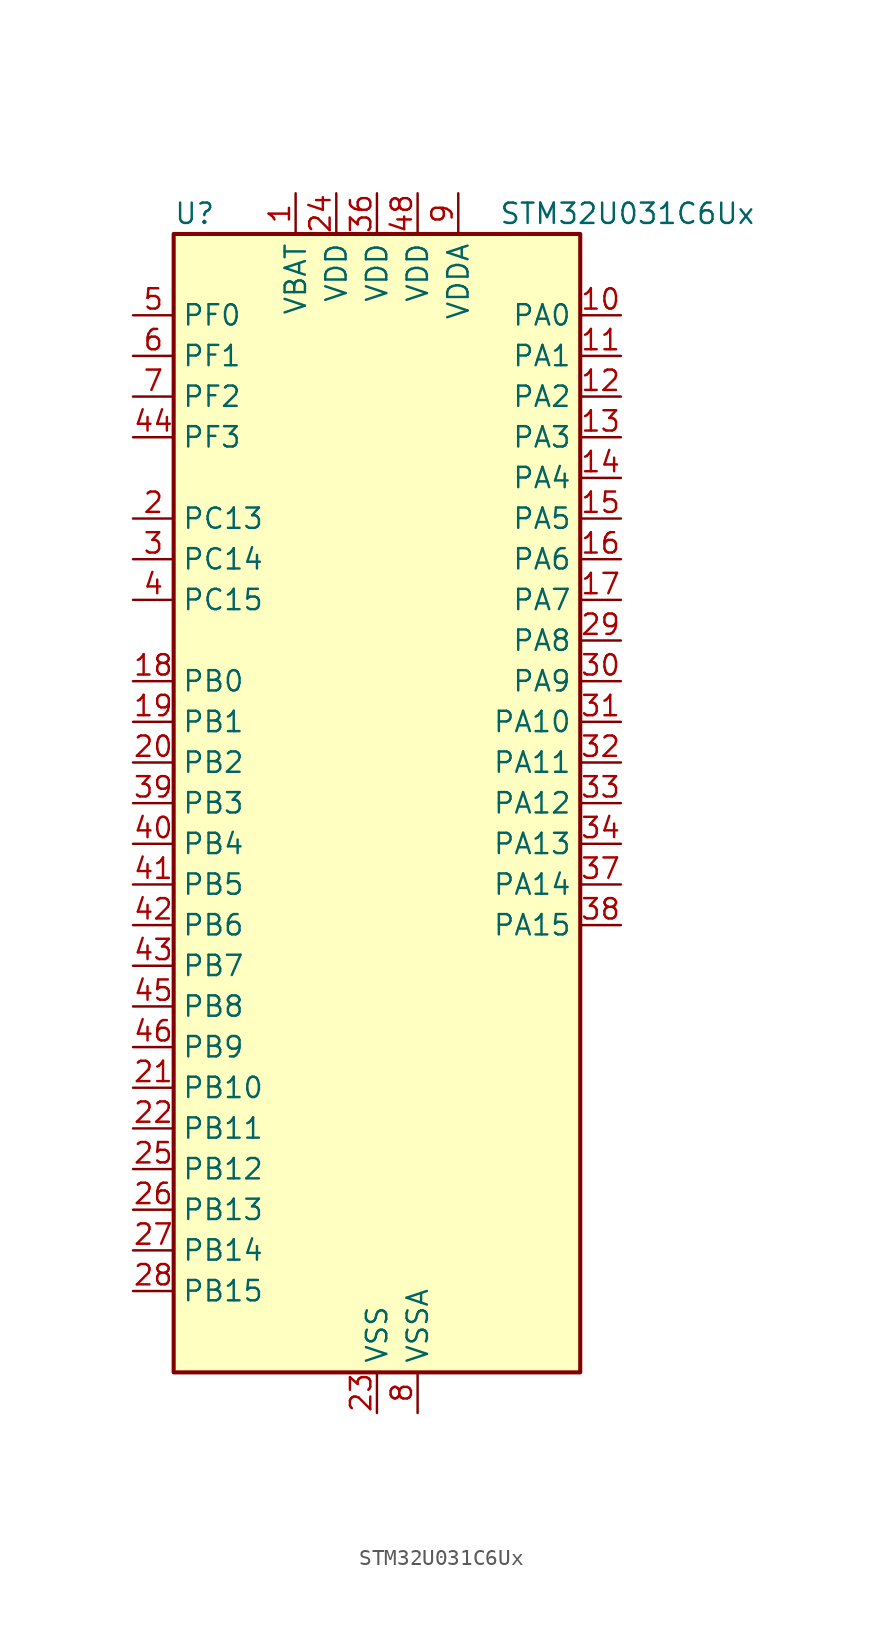
<source format=kicad_sym>
(kicad_symbol_lib
  (version 20241209)
  (generator "kicad_symbol_editor")
  (generator_version "9.0")
  (symbol "STM32U031C6Ux"
    (property "Reference" "U"
      (at -12.7 36.83 0)
      (effects (font (size 1.27 1.27)) (justify left)))
    (property "Value" "STM32U031C6Ux"
      (at 7.62 36.83 0)
      (effects (font (size 1.27 1.27)) (justify left)))
    (symbol "STM32U031C6Ux_0_1"
      (rectangle (start -12.7 -35.56) (end 12.7 35.56) (stroke (width 0.254) (type default)) (fill (type background))))
    (symbol "STM32U031C6Ux_1_1"
      (pin bidirectional line (at -15.24 30.48 0) (length 2.54) (name "PF0" (effects (font (size 1.27 1.27)))) (number "5" (effects (font (size 1.27 1.27)))) (alternate "RCC_OSC_IN" bidirectional line))
      (pin bidirectional line (at -15.24 27.94 0) (length 2.54) (name "PF1" (effects (font (size 1.27 1.27)))) (number "6" (effects (font (size 1.27 1.27)))) (alternate "RCC_OSC_EN" bidirectional line) (alternate "RCC_OSC_OUT" bidirectional line))
      (pin bidirectional line (at -15.24 25.4 0) (length 2.54) (name "PF2" (effects (font (size 1.27 1.27)))) (number "7" (effects (font (size 1.27 1.27)))) (alternate "RCC_MCO" bidirectional line))
      (pin bidirectional line (at -15.24 22.86 0) (length 2.54) (name "PF3" (effects (font (size 1.27 1.27)))) (number "44" (effects (font (size 1.27 1.27)))))
      (pin bidirectional line (at -15.24 17.78 0) (length 2.54) (name "PC13" (effects (font (size 1.27 1.27)))) (number "2" (effects (font (size 1.27 1.27)))) (alternate "LPTIM1_CH3" bidirectional line) (alternate "PWR_WKUP2" bidirectional line) (alternate "RTC_OUT1" bidirectional line) (alternate "RTC_TS" bidirectional line) (alternate "TAMP_IN1" bidirectional line))
      (pin bidirectional line (at -15.24 15.24 0) (length 2.54) (name "PC14" (effects (font (size 1.27 1.27)))) (number "3" (effects (font (size 1.27 1.27)))) (alternate "RCC_OSC32_IN" bidirectional line))
      (pin bidirectional line (at -15.24 12.7 0) (length 2.54) (name "PC15" (effects (font (size 1.27 1.27)))) (number "4" (effects (font (size 1.27 1.27)))) (alternate "RCC_OSC32_EN" bidirectional line) (alternate "RCC_OSC32_OUT" bidirectional line) (alternate "RCC_OSC_EN" bidirectional line))
      (pin bidirectional line (at -15.24 7.62 0) (length 2.54) (name "PB0" (effects (font (size 1.27 1.27)))) (number "18" (effects (font (size 1.27 1.27)))) (alternate "ADC1_IN17" bidirectional line) (alternate "COMP1_OUT" bidirectional line) (alternate "LPUART2_CTS" bidirectional line) (alternate "SPI1_NSS" bidirectional line) (alternate "TIM1_CH2N" bidirectional line) (alternate "TIM3_CH3" bidirectional line) (alternate "TSC_G5_IO2" bidirectional line) (alternate "USART3_CK" bidirectional line))
      (pin bidirectional line (at -15.24 5.08 0) (length 2.54) (name "PB1" (effects (font (size 1.27 1.27)))) (number "19" (effects (font (size 1.27 1.27)))) (alternate "ADC1_IN18" bidirectional line) (alternate "COMP1_INM" bidirectional line) (alternate "LPTIM2_IN1" bidirectional line) (alternate "LPUART1_DE" bidirectional line) (alternate "LPUART1_RTS" bidirectional line) (alternate "LPUART2_DE" bidirectional line) (alternate "LPUART2_RTS" bidirectional line) (alternate "TIM1_CH3N" bidirectional line) (alternate "TIM3_CH4" bidirectional line) (alternate "TSC_SYNC" bidirectional line) (alternate "USART3_DE" bidirectional line) (alternate "USART3_RTS" bidirectional line))
      (pin bidirectional line (at -15.24 2.54 0) (length 2.54) (name "PB2" (effects (font (size 1.27 1.27)))) (number "20" (effects (font (size 1.27 1.27)))) (alternate "COMP1_INP" bidirectional line) (alternate "LPTIM1_CH1" bidirectional line) (alternate "RTC_OUT2" bidirectional line))
      (pin bidirectional line (at -15.24 0 0) (length 2.54) (name "PB3" (effects (font (size 1.27 1.27)))) (number "39" (effects (font (size 1.27 1.27)))) (alternate "DEBUG_JTDO-SWO" bidirectional line) (alternate "I2C2_SCL" bidirectional line) (alternate "I2C3_SCL" bidirectional line) (alternate "LPTIM1_CH3" bidirectional line) (alternate "SPI1_SCK" bidirectional line) (alternate "TIM2_CH2" bidirectional line) (alternate "USART1_DE" bidirectional line) (alternate "USART1_RTS" bidirectional line))
      (pin bidirectional line (at -15.24 -2.54 0) (length 2.54) (name "PB4" (effects (font (size 1.27 1.27)))) (number "40" (effects (font (size 1.27 1.27)))) (alternate "I2C2_SDA" bidirectional line) (alternate "I2C3_SDA" bidirectional line) (alternate "LPTIM1_CH4" bidirectional line) (alternate "SPI1_MISO" bidirectional line) (alternate "TIM3_CH1" bidirectional line) (alternate "TSC_G2_IO1" bidirectional line) (alternate "USART1_CTS" bidirectional line))
      (pin bidirectional line (at -15.24 -5.08 0) (length 2.54) (name "PB5" (effects (font (size 1.27 1.27)))) (number "41" (effects (font (size 1.27 1.27)))) (alternate "LPTIM1_IN1" bidirectional line) (alternate "SPI1_MOSI" bidirectional line) (alternate "TIM16_BKIN" bidirectional line) (alternate "TIM3_CH2" bidirectional line) (alternate "TSC_G2_IO2" bidirectional line) (alternate "USART1_CK" bidirectional line))
      (pin bidirectional line (at -15.24 -7.62 0) (length 2.54) (name "PB6" (effects (font (size 1.27 1.27)))) (number "42" (effects (font (size 1.27 1.27)))) (alternate "I2C1_SCL" bidirectional line) (alternate "I2C2_SCL" bidirectional line) (alternate "LPTIM1_ETR" bidirectional line) (alternate "LPUART2_TX" bidirectional line) (alternate "TIM16_CH1N" bidirectional line) (alternate "TSC_G2_IO3" bidirectional line) (alternate "USART1_TX" bidirectional line))
      (pin bidirectional line (at -15.24 -10.16 0) (length 2.54) (name "PB7" (effects (font (size 1.27 1.27)))) (number "43" (effects (font (size 1.27 1.27)))) (alternate "I2C1_SDA" bidirectional line) (alternate "I2C2_SDA" bidirectional line) (alternate "LPTIM1_IN2" bidirectional line) (alternate "LPUART2_RX" bidirectional line) (alternate "TSC_G2_IO4" bidirectional line) (alternate "USART1_RX" bidirectional line) (alternate "USART4_CTS" bidirectional line))
      (pin bidirectional line (at -15.24 -12.7 0) (length 2.54) (name "PB8" (effects (font (size 1.27 1.27)))) (number "45" (effects (font (size 1.27 1.27)))) (alternate "I2C1_SCL" bidirectional line) (alternate "I2C2_SCL" bidirectional line) (alternate "LPTIM1_IN2" bidirectional line) (alternate "TIM16_CH1" bidirectional line) (alternate "USART3_TX" bidirectional line))
      (pin bidirectional line (at -15.24 -15.24 0) (length 2.54) (name "PB9" (effects (font (size 1.27 1.27)))) (number "46" (effects (font (size 1.27 1.27)))) (alternate "DAC1_EXTI9" bidirectional line) (alternate "I2C1_SDA" bidirectional line) (alternate "I2C2_SDA" bidirectional line) (alternate "IR_OUT" bidirectional line) (alternate "LPTIM1_CH4" bidirectional line) (alternate "SPI2_NSS" bidirectional line) (alternate "USART3_RX" bidirectional line))
      (pin bidirectional line (at -15.24 -17.78 0) (length 2.54) (name "PB10" (effects (font (size 1.27 1.27)))) (number "21" (effects (font (size 1.27 1.27)))) (alternate "COMP1_OUT" bidirectional line) (alternate "I2C2_SCL" bidirectional line) (alternate "LPUART1_RX" bidirectional line) (alternate "LPUART2_RX" bidirectional line) (alternate "SPI2_SCK" bidirectional line) (alternate "TIM2_CH3" bidirectional line) (alternate "TSC_G5_IO3" bidirectional line) (alternate "USART3_TX" bidirectional line))
      (pin bidirectional line (at -15.24 -20.32 0) (length 2.54) (name "PB11" (effects (font (size 1.27 1.27)))) (number "22" (effects (font (size 1.27 1.27)))) (alternate "ADC1_EXTI11" bidirectional line) (alternate "I2C2_SDA" bidirectional line) (alternate "LPUART1_TX" bidirectional line) (alternate "LPUART2_TX" bidirectional line) (alternate "TIM2_CH4" bidirectional line) (alternate "TSC_G5_IO4" bidirectional line) (alternate "USART3_RX" bidirectional line))
      (pin bidirectional line (at -15.24 -22.86 0) (length 2.54) (name "PB12" (effects (font (size 1.27 1.27)))) (number "25" (effects (font (size 1.27 1.27)))) (alternate "LPUART1_DE" bidirectional line) (alternate "LPUART1_RTS" bidirectional line) (alternate "SPI2_NSS" bidirectional line) (alternate "TIM15_BKIN" bidirectional line) (alternate "TIM1_BKIN" bidirectional line) (alternate "TSC_G1_IO1" bidirectional line) (alternate "USART3_CK" bidirectional line))
      (pin bidirectional line (at -15.24 -25.4 0) (length 2.54) (name "PB13" (effects (font (size 1.27 1.27)))) (number "26" (effects (font (size 1.27 1.27)))) (alternate "I2C2_SCL" bidirectional line) (alternate "LPUART1_CTS" bidirectional line) (alternate "SPI2_SCK" bidirectional line) (alternate "TIM15_CH1N" bidirectional line) (alternate "TIM1_CH1N" bidirectional line) (alternate "TSC_G1_IO2" bidirectional line) (alternate "USART3_CTS" bidirectional line))
      (pin bidirectional line (at -15.24 -27.94 0) (length 2.54) (name "PB14" (effects (font (size 1.27 1.27)))) (number "27" (effects (font (size 1.27 1.27)))) (alternate "I2C2_SDA" bidirectional line) (alternate "SPI2_MISO" bidirectional line) (alternate "TIM15_CH1" bidirectional line) (alternate "TIM1_CH2N" bidirectional line) (alternate "TSC_G1_IO3" bidirectional line) (alternate "USART3_DE" bidirectional line) (alternate "USART3_RTS" bidirectional line))
      (pin bidirectional line (at -15.24 -30.48 0) (length 2.54) (name "PB15" (effects (font (size 1.27 1.27)))) (number "28" (effects (font (size 1.27 1.27)))) (alternate "PWR_WKUP7" bidirectional line) (alternate "RTC_REFIN" bidirectional line) (alternate "SPI2_MOSI" bidirectional line) (alternate "TAMP_IN3" bidirectional line) (alternate "TIM15_CH2" bidirectional line) (alternate "TIM1_CH3N" bidirectional line) (alternate "TSC_G1_IO4" bidirectional line))
      (pin power_in line (at -5.08 38.1 270) (length 2.54) (name "VBAT" (effects (font (size 1.27 1.27)))) (number "1" (effects (font (size 1.27 1.27)))))
      (pin power_in line (at -2.54 38.1 270) (length 2.54) (name "VDD" (effects (font (size 1.27 1.27)))) (number "24" (effects (font (size 1.27 1.27)))))
      (pin power_in line (at 0 38.1 270) (length 2.54) (name "VDD" (effects (font (size 1.27 1.27)))) (number "36" (effects (font (size 1.27 1.27)))))
      (pin power_in line (at 0 -38.1 90) (length 2.54) (name "VSS" (effects (font (size 1.27 1.27)))) (number "23" (effects (font (size 1.27 1.27)))))
      (pin passive line (at 0 -38.1 90) (length 2.54) (hide yes) (name "VSS" (effects (font (size 1.27 1.27)))) (number "35" (effects (font (size 1.27 1.27)))))
      (pin passive line (at 0 -38.1 90) (length 2.54) (hide yes) (name "VSS" (effects (font (size 1.27 1.27)))) (number "47" (effects (font (size 1.27 1.27)))))
      (pin passive line (at 0 -38.1 90) (length 2.54) (hide yes) (name "VSS" (effects (font (size 1.27 1.27)))) (number "49" (effects (font (size 1.27 1.27)))))
      (pin power_in line (at 2.54 38.1 270) (length 2.54) (name "VDD" (effects (font (size 1.27 1.27)))) (number "48" (effects (font (size 1.27 1.27)))))
      (pin power_in line (at 2.54 -38.1 90) (length 2.54) (name "VSSA" (effects (font (size 1.27 1.27)))) (number "8" (effects (font (size 1.27 1.27)))))
      (pin power_in line (at 5.08 38.1 270) (length 2.54) (name "VDDA" (effects (font (size 1.27 1.27)))) (number "9" (effects (font (size 1.27 1.27)))))
      (pin bidirectional line (at 15.24 30.48 180) (length 2.54) (name "PA0" (effects (font (size 1.27 1.27)))) (number "10" (effects (font (size 1.27 1.27)))) (alternate "ADC1_IN4" bidirectional line) (alternate "COMP1_INM" bidirectional line) (alternate "COMP1_OUT" bidirectional line) (alternate "OPAMP1_VINP" bidirectional line) (alternate "PWR_WKUP1" bidirectional line) (alternate "TAMP_IN2" bidirectional line) (alternate "TIM2_CH1" bidirectional line) (alternate "TIM2_ETR" bidirectional line) (alternate "USART2_CTS" bidirectional line) (alternate "USART4_TX" bidirectional line))
      (pin bidirectional line (at 15.24 27.94 180) (length 2.54) (name "PA1" (effects (font (size 1.27 1.27)))) (number "11" (effects (font (size 1.27 1.27)))) (alternate "ADC1_IN5" bidirectional line) (alternate "COMP1_INP" bidirectional line) (alternate "LPTIM1_CH2" bidirectional line) (alternate "OPAMP1_VINM" bidirectional line) (alternate "PWR_WKUP3" bidirectional line) (alternate "SPI1_SCK" bidirectional line) (alternate "SPI2_SCK" bidirectional line) (alternate "TAMP_IN5" bidirectional line) (alternate "TIM15_CH1N" bidirectional line) (alternate "TIM2_CH2" bidirectional line) (alternate "USART2_DE" bidirectional line) (alternate "USART2_RTS" bidirectional line) (alternate "USART4_RX" bidirectional line))
      (pin bidirectional line (at 15.24 25.4 180) (length 2.54) (name "PA2" (effects (font (size 1.27 1.27)))) (number "12" (effects (font (size 1.27 1.27)))) (alternate "ADC1_IN6" bidirectional line) (alternate "LPUART1_TX" bidirectional line) (alternate "PWR_WKUP4" bidirectional line) (alternate "RCC_LSCO" bidirectional line) (alternate "TIM15_CH1" bidirectional line) (alternate "TIM2_CH3" bidirectional line) (alternate "USART2_TX" bidirectional line))
      (pin bidirectional line (at 15.24 22.86 180) (length 2.54) (name "PA3" (effects (font (size 1.27 1.27)))) (number "13" (effects (font (size 1.27 1.27)))) (alternate "ADC1_IN7" bidirectional line) (alternate "LPUART1_RX" bidirectional line) (alternate "OPAMP1_VOUT" bidirectional line) (alternate "TIM15_CH2" bidirectional line) (alternate "TIM2_CH4" bidirectional line) (alternate "USART2_RX" bidirectional line))
      (pin bidirectional line (at 15.24 20.32 180) (length 2.54) (name "PA4" (effects (font (size 1.27 1.27)))) (number "14" (effects (font (size 1.27 1.27)))) (alternate "ADC1_IN8" bidirectional line) (alternate "COMP1_INM" bidirectional line) (alternate "DAC1_OUT1" bidirectional line) (alternate "LPTIM2_CH1" bidirectional line) (alternate "SPI1_NSS" bidirectional line) (alternate "USART2_CK" bidirectional line))
      (pin bidirectional line (at 15.24 17.78 180) (length 2.54) (name "PA5" (effects (font (size 1.27 1.27)))) (number "15" (effects (font (size 1.27 1.27)))) (alternate "ADC1_IN9" bidirectional line) (alternate "COMP1_INM" bidirectional line) (alternate "LPTIM2_ETR" bidirectional line) (alternate "SPI1_SCK" bidirectional line) (alternate "TIM2_CH1" bidirectional line) (alternate "TIM2_ETR" bidirectional line) (alternate "USART3_TX" bidirectional line))
      (pin bidirectional line (at 15.24 15.24 180) (length 2.54) (name "PA6" (effects (font (size 1.27 1.27)))) (number "16" (effects (font (size 1.27 1.27)))) (alternate "ADC1_IN10" bidirectional line) (alternate "COMP1_OUT" bidirectional line) (alternate "I2C2_SDA" bidirectional line) (alternate "I2C3_SDA" bidirectional line) (alternate "LPUART1_CTS" bidirectional line) (alternate "SPI1_MISO" bidirectional line) (alternate "TIM16_CH1" bidirectional line) (alternate "TIM1_BKIN" bidirectional line) (alternate "TIM3_CH1" bidirectional line) (alternate "TSC_G5_IO1" bidirectional line) (alternate "USART3_CTS" bidirectional line))
      (pin bidirectional line (at 15.24 12.7 180) (length 2.54) (name "PA7" (effects (font (size 1.27 1.27)))) (number "17" (effects (font (size 1.27 1.27)))) (alternate "ADC1_IN14" bidirectional line) (alternate "I2C2_SCL" bidirectional line) (alternate "I2C3_SCL" bidirectional line) (alternate "LPTIM2_CH2" bidirectional line) (alternate "SPI1_MOSI" bidirectional line) (alternate "TIM1_CH1N" bidirectional line) (alternate "TIM3_CH2" bidirectional line) (alternate "USART3_RX" bidirectional line))
      (pin bidirectional line (at 15.24 10.16 180) (length 2.54) (name "PA8" (effects (font (size 1.27 1.27)))) (number "29" (effects (font (size 1.27 1.27)))) (alternate "LPTIM2_CH1" bidirectional line) (alternate "RCC_MCO" bidirectional line) (alternate "RCC_MCO2" bidirectional line) (alternate "TIM1_CH1" bidirectional line) (alternate "TSC_G7_IO1" bidirectional line) (alternate "USART1_CK" bidirectional line))
      (pin bidirectional line (at 15.24 7.62 180) (length 2.54) (name "PA9" (effects (font (size 1.27 1.27)))) (number "30" (effects (font (size 1.27 1.27)))) (alternate "COMP1_INP" bidirectional line) (alternate "DAC1_EXTI9" bidirectional line) (alternate "I2C1_SCL" bidirectional line) (alternate "I2C2_SCL" bidirectional line) (alternate "RCC_MCO" bidirectional line) (alternate "TIM15_BKIN" bidirectional line) (alternate "TIM1_CH2" bidirectional line) (alternate "TSC_G7_IO2" bidirectional line) (alternate "USART1_TX" bidirectional line))
      (pin bidirectional line (at 15.24 5.08 180) (length 2.54) (name "PA10" (effects (font (size 1.27 1.27)))) (number "31" (effects (font (size 1.27 1.27)))) (alternate "I2C1_SDA" bidirectional line) (alternate "I2C2_SDA" bidirectional line) (alternate "RCC_MCO2" bidirectional line) (alternate "SPI2_NSS" bidirectional line) (alternate "TIM1_CH3" bidirectional line) (alternate "TSC_G7_IO3" bidirectional line) (alternate "USART1_RX" bidirectional line))
      (pin bidirectional line (at 15.24 2.54 180) (length 2.54) (name "PA11" (effects (font (size 1.27 1.27)))) (number "32" (effects (font (size 1.27 1.27)))) (alternate "ADC1_EXTI11" bidirectional line) (alternate "COMP1_OUT" bidirectional line) (alternate "SPI1_MISO" bidirectional line) (alternate "SPI2_MISO" bidirectional line) (alternate "TIM1_BKIN2" bidirectional line) (alternate "TIM1_CH4" bidirectional line) (alternate "USART1_CTS" bidirectional line))
      (pin bidirectional line (at 15.24 0 180) (length 2.54) (name "PA12" (effects (font (size 1.27 1.27)))) (number "33" (effects (font (size 1.27 1.27)))) (alternate "SPI1_MOSI" bidirectional line) (alternate "SPI2_MOSI" bidirectional line) (alternate "TIM1_ETR" bidirectional line) (alternate "USART1_DE" bidirectional line) (alternate "USART1_RTS" bidirectional line))
      (pin bidirectional line (at 15.24 -2.54 180) (length 2.54) (name "PA13" (effects (font (size 1.27 1.27)))) (number "34" (effects (font (size 1.27 1.27)))) (alternate "DEBUG_JTMS-SWDIO" bidirectional line) (alternate "IR_OUT" bidirectional line) (alternate "TSC_G7_IO4" bidirectional line))
      (pin bidirectional line (at 15.24 -5.08 180) (length 2.54) (name "PA14" (effects (font (size 1.27 1.27)))) (number "37" (effects (font (size 1.27 1.27)))) (alternate "DEBUG_JTCK-SWCLK" bidirectional line) (alternate "LPTIM1_CH1" bidirectional line) (alternate "TSC_G3_IO4" bidirectional line))
      (pin bidirectional line (at 15.24 -7.62 180) (length 2.54) (name "PA15" (effects (font (size 1.27 1.27)))) (number "38" (effects (font (size 1.27 1.27)))) (alternate "DEBUG_JTDI" bidirectional line) (alternate "SPI1_NSS" bidirectional line) (alternate "TIM2_CH1" bidirectional line) (alternate "TIM2_ETR" bidirectional line) (alternate "TSC_G3_IO1" bidirectional line) (alternate "USART2_RX" bidirectional line) (alternate "USART3_DE" bidirectional line) (alternate "USART3_RTS" bidirectional line) (alternate "USART4_DE" bidirectional line) (alternate "USART4_RTS" bidirectional line)))))
</source>
